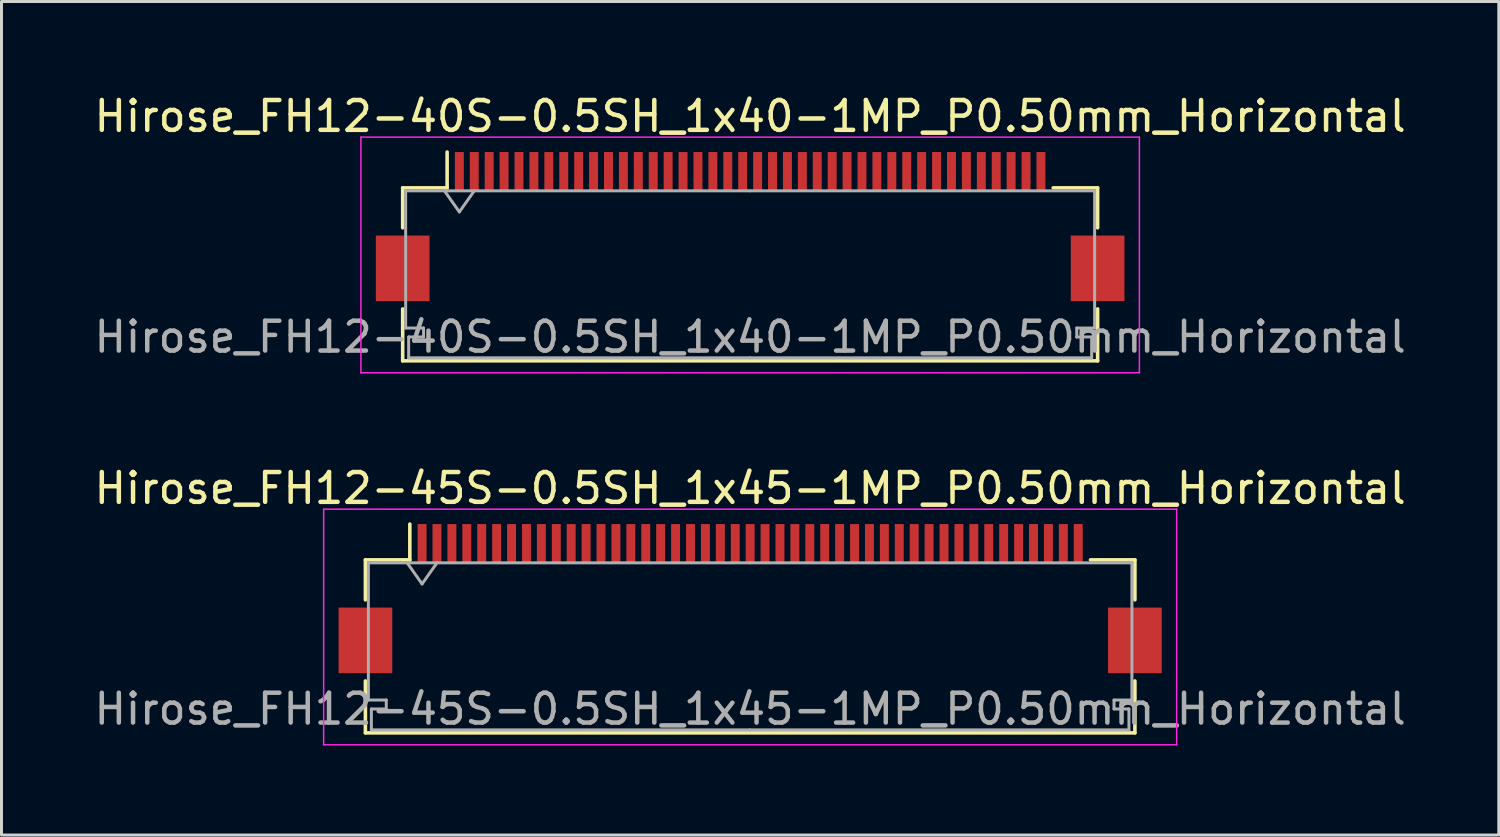
<source format=kicad_pcb>
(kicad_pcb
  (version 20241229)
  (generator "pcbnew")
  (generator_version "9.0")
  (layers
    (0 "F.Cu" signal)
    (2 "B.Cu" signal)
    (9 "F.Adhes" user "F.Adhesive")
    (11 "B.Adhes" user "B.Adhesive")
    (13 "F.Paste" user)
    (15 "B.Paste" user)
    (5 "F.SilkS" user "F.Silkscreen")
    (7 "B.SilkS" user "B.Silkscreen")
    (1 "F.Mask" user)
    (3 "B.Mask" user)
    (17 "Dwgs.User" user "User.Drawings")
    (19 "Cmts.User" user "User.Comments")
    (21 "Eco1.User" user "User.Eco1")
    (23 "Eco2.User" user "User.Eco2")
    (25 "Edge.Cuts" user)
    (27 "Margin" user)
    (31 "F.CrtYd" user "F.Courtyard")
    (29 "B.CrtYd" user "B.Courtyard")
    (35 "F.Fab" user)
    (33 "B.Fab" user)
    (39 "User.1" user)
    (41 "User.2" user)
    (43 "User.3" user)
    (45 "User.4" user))
  (footprint "Hirose_FH12-40S-0.5SH_1x40-1MP_P0.50mm_Horizontal"
    (layer "F.Cu")
    (at 22.101 4.548)
    (property "Reference" "Hirose_FH12-40S-0.5SH_1x40-1MP_P0.50mm_Horizontal" (at 0 -3.7 0) (layer "F.SilkS") (effects (font (size 1 1) (thickness 0.15))))
    (attr smd)
    (fp_line (start -11.65 -1.3) (end -11.65 0.04) (stroke (width 0.12) (type solid)) (layer "F.SilkS"))
    (fp_line (start -11.65 2.76) (end -11.65 4.5) (stroke (width 0.12) (type solid)) (layer "F.SilkS"))
    (fp_line (start -11.65 4.5) (end 11.65 4.5) (stroke (width 0.12) (type solid)) (layer "F.SilkS"))
    (fp_line (start -10.16 -1.3) (end -11.65 -1.3) (stroke (width 0.12) (type solid)) (layer "F.SilkS"))
    (fp_line (start -10.16 -1.3) (end -10.16 -2.5) (stroke (width 0.12) (type solid)) (layer "F.SilkS"))
    (fp_line (start 10.16 -1.3) (end 11.65 -1.3) (stroke (width 0.12) (type solid)) (layer "F.SilkS"))
    (fp_line (start 11.65 -1.3) (end 11.65 0.04) (stroke (width 0.12) (type solid)) (layer "F.SilkS"))
    (fp_line (start 11.65 4.5) (end 11.65 2.76) (stroke (width 0.12) (type solid)) (layer "F.SilkS"))
    (fp_line (start -13.05 -3) (end -13.05 4.9) (stroke (width 0.05) (type solid)) (layer "F.CrtYd"))
    (fp_line (start -13.05 4.9) (end 13.05 4.9) (stroke (width 0.05) (type solid)) (layer "F.CrtYd"))
    (fp_line (start 13.05 -3) (end -13.05 -3) (stroke (width 0.05) (type solid)) (layer "F.CrtYd"))
    (fp_line (start 13.05 4.9) (end 13.05 -3) (stroke (width 0.05) (type solid)) (layer "F.CrtYd"))
    (fp_line (start -11.55 -1.2) (end -11.55 3.4) (stroke (width 0.1) (type solid)) (layer "F.Fab"))
    (fp_line (start -11.55 3.4) (end -10.95 3.4) (stroke (width 0.1) (type solid)) (layer "F.Fab"))
    (fp_line (start -11.45 3.7) (end -11.45 4.4) (stroke (width 0.1) (type solid)) (layer "F.Fab"))
    (fp_line (start -11.45 4.4) (end 0 4.4) (stroke (width 0.1) (type solid)) (layer "F.Fab"))
    (fp_line (start -10.95 3.4) (end -10.95 3.7) (stroke (width 0.1) (type solid)) (layer "F.Fab"))
    (fp_line (start -10.95 3.7) (end -11.45 3.7) (stroke (width 0.1) (type solid)) (layer "F.Fab"))
    (fp_line (start -10.25 -1.2) (end -9.75 -0.493) (stroke (width 0.1) (type solid)) (layer "F.Fab"))
    (fp_line (start -9.75 -0.493) (end -9.25 -1.2) (stroke (width 0.1) (type solid)) (layer "F.Fab"))
    (fp_line (start 0 -1.2) (end -11.55 -1.2) (stroke (width 0.1) (type solid)) (layer "F.Fab"))
    (fp_line (start 0 -1.2) (end 11.55 -1.2) (stroke (width 0.1) (type solid)) (layer "F.Fab"))
    (fp_line (start 10.95 3.4) (end 10.95 3.7) (stroke (width 0.1) (type solid)) (layer "F.Fab"))
    (fp_line (start 10.95 3.7) (end 11.45 3.7) (stroke (width 0.1) (type solid)) (layer "F.Fab"))
    (fp_line (start 11.45 3.7) (end 11.45 4.4) (stroke (width 0.1) (type solid)) (layer "F.Fab"))
    (fp_line (start 11.45 4.4) (end 0 4.4) (stroke (width 0.1) (type solid)) (layer "F.Fab"))
    (fp_line (start 11.55 -1.2) (end 11.55 3.4) (stroke (width 0.1) (type solid)) (layer "F.Fab"))
    (fp_line (start 11.55 3.4) (end 10.95 3.4) (stroke (width 0.1) (type solid)) (layer "F.Fab"))
    (fp_text user "${REFERENCE}" (at 0 3.7 0) (layer "F.Fab") (effects (font (size 1 1) (thickness 0.15))))
    (pad "1" smd rect (at -9.75 -1.85) (size 0.3 1.3) (layers "F.Cu" "F.Mask" "F.Paste"))
    (pad "2" smd rect (at -9.25 -1.85) (size 0.3 1.3) (layers "F.Cu" "F.Mask" "F.Paste"))
    (pad "3" smd rect (at -8.75 -1.85) (size 0.3 1.3) (layers "F.Cu" "F.Mask" "F.Paste"))
    (pad "4" smd rect (at -8.25 -1.85) (size 0.3 1.3) (layers "F.Cu" "F.Mask" "F.Paste"))
    (pad "5" smd rect (at -7.75 -1.85) (size 0.3 1.3) (layers "F.Cu" "F.Mask" "F.Paste"))
    (pad "6" smd rect (at -7.25 -1.85) (size 0.3 1.3) (layers "F.Cu" "F.Mask" "F.Paste"))
    (pad "7" smd rect (at -6.75 -1.85) (size 0.3 1.3) (layers "F.Cu" "F.Mask" "F.Paste"))
    (pad "8" smd rect (at -6.25 -1.85) (size 0.3 1.3) (layers "F.Cu" "F.Mask" "F.Paste"))
    (pad "9" smd rect (at -5.75 -1.85) (size 0.3 1.3) (layers "F.Cu" "F.Mask" "F.Paste"))
    (pad "10" smd rect (at -5.25 -1.85) (size 0.3 1.3) (layers "F.Cu" "F.Mask" "F.Paste"))
    (pad "11" smd rect (at -4.75 -1.85) (size 0.3 1.3) (layers "F.Cu" "F.Mask" "F.Paste"))
    (pad "12" smd rect (at -4.25 -1.85) (size 0.3 1.3) (layers "F.Cu" "F.Mask" "F.Paste"))
    (pad "13" smd rect (at -3.75 -1.85) (size 0.3 1.3) (layers "F.Cu" "F.Mask" "F.Paste"))
    (pad "14" smd rect (at -3.25 -1.85) (size 0.3 1.3) (layers "F.Cu" "F.Mask" "F.Paste"))
    (pad "15" smd rect (at -2.75 -1.85) (size 0.3 1.3) (layers "F.Cu" "F.Mask" "F.Paste"))
    (pad "16" smd rect (at -2.25 -1.85) (size 0.3 1.3) (layers "F.Cu" "F.Mask" "F.Paste"))
    (pad "17" smd rect (at -1.75 -1.85) (size 0.3 1.3) (layers "F.Cu" "F.Mask" "F.Paste"))
    (pad "18" smd rect (at -1.25 -1.85) (size 0.3 1.3) (layers "F.Cu" "F.Mask" "F.Paste"))
    (pad "19" smd rect (at -0.75 -1.85) (size 0.3 1.3) (layers "F.Cu" "F.Mask" "F.Paste"))
    (pad "20" smd rect (at -0.25 -1.85) (size 0.3 1.3) (layers "F.Cu" "F.Mask" "F.Paste"))
    (pad "21" smd rect (at 0.25 -1.85) (size 0.3 1.3) (layers "F.Cu" "F.Mask" "F.Paste"))
    (pad "22" smd rect (at 0.75 -1.85) (size 0.3 1.3) (layers "F.Cu" "F.Mask" "F.Paste"))
    (pad "23" smd rect (at 1.25 -1.85) (size 0.3 1.3) (layers "F.Cu" "F.Mask" "F.Paste"))
    (pad "24" smd rect (at 1.75 -1.85) (size 0.3 1.3) (layers "F.Cu" "F.Mask" "F.Paste"))
    (pad "25" smd rect (at 2.25 -1.85) (size 0.3 1.3) (layers "F.Cu" "F.Mask" "F.Paste"))
    (pad "26" smd rect (at 2.75 -1.85) (size 0.3 1.3) (layers "F.Cu" "F.Mask" "F.Paste"))
    (pad "27" smd rect (at 3.25 -1.85) (size 0.3 1.3) (layers "F.Cu" "F.Mask" "F.Paste"))
    (pad "28" smd rect (at 3.75 -1.85) (size 0.3 1.3) (layers "F.Cu" "F.Mask" "F.Paste"))
    (pad "29" smd rect (at 4.25 -1.85) (size 0.3 1.3) (layers "F.Cu" "F.Mask" "F.Paste"))
    (pad "30" smd rect (at 4.75 -1.85) (size 0.3 1.3) (layers "F.Cu" "F.Mask" "F.Paste"))
    (pad "31" smd rect (at 5.25 -1.85) (size 0.3 1.3) (layers "F.Cu" "F.Mask" "F.Paste"))
    (pad "32" smd rect (at 5.75 -1.85) (size 0.3 1.3) (layers "F.Cu" "F.Mask" "F.Paste"))
    (pad "33" smd rect (at 6.25 -1.85) (size 0.3 1.3) (layers "F.Cu" "F.Mask" "F.Paste"))
    (pad "34" smd rect (at 6.75 -1.85) (size 0.3 1.3) (layers "F.Cu" "F.Mask" "F.Paste"))
    (pad "35" smd rect (at 7.25 -1.85) (size 0.3 1.3) (layers "F.Cu" "F.Mask" "F.Paste"))
    (pad "36" smd rect (at 7.75 -1.85) (size 0.3 1.3) (layers "F.Cu" "F.Mask" "F.Paste"))
    (pad "37" smd rect (at 8.25 -1.85) (size 0.3 1.3) (layers "F.Cu" "F.Mask" "F.Paste"))
    (pad "38" smd rect (at 8.75 -1.85) (size 0.3 1.3) (layers "F.Cu" "F.Mask" "F.Paste"))
    (pad "39" smd rect (at 9.25 -1.85) (size 0.3 1.3) (layers "F.Cu" "F.Mask" "F.Paste"))
    (pad "40" smd rect (at 9.75 -1.85) (size 0.3 1.3) (layers "F.Cu" "F.Mask" "F.Paste"))
    (pad "MP" smd rect (at -11.65 1.4) (size 1.8 2.2) (layers "F.Cu" "F.Mask" "F.Paste"))
    (pad "MP" smd rect (at 11.65 1.4) (size 1.8 2.2) (layers "F.Cu" "F.Mask" "F.Paste")))
  (footprint "Hirose_FH12-45S-0.5SH_1x45-1MP_P0.50mm_Horizontal"
    (layer "F.Cu")
    (at 22.101 17.021)
    (property "Reference" "Hirose_FH12-45S-0.5SH_1x45-1MP_P0.50mm_Horizontal" (at 0 -3.7 0) (layer "F.SilkS") (effects (font (size 1 1) (thickness 0.15))))
    (attr smd)
    (fp_line (start -12.9 -1.3) (end -12.9 0.04) (stroke (width 0.12) (type solid)) (layer "F.SilkS"))
    (fp_line (start -12.9 2.76) (end -12.9 4.5) (stroke (width 0.12) (type solid)) (layer "F.SilkS"))
    (fp_line (start -12.9 4.5) (end 12.9 4.5) (stroke (width 0.12) (type solid)) (layer "F.SilkS"))
    (fp_line (start -11.41 -1.3) (end -12.9 -1.3) (stroke (width 0.12) (type solid)) (layer "F.SilkS"))
    (fp_line (start -11.41 -1.3) (end -11.41 -2.5) (stroke (width 0.12) (type solid)) (layer "F.SilkS"))
    (fp_line (start 11.41 -1.3) (end 12.9 -1.3) (stroke (width 0.12) (type solid)) (layer "F.SilkS"))
    (fp_line (start 12.9 -1.3) (end 12.9 0.04) (stroke (width 0.12) (type solid)) (layer "F.SilkS"))
    (fp_line (start 12.9 4.5) (end 12.9 2.76) (stroke (width 0.12) (type solid)) (layer "F.SilkS"))
    (fp_line (start -14.3 -3) (end -14.3 4.9) (stroke (width 0.05) (type solid)) (layer "F.CrtYd"))
    (fp_line (start -14.3 4.9) (end 14.3 4.9) (stroke (width 0.05) (type solid)) (layer "F.CrtYd"))
    (fp_line (start 14.3 -3) (end -14.3 -3) (stroke (width 0.05) (type solid)) (layer "F.CrtYd"))
    (fp_line (start 14.3 4.9) (end 14.3 -3) (stroke (width 0.05) (type solid)) (layer "F.CrtYd"))
    (fp_line (start -12.8 -1.2) (end -12.8 3.4) (stroke (width 0.1) (type solid)) (layer "F.Fab"))
    (fp_line (start -12.8 3.4) (end -12.2 3.4) (stroke (width 0.1) (type solid)) (layer "F.Fab"))
    (fp_line (start -12.7 3.7) (end -12.7 4.4) (stroke (width 0.1) (type solid)) (layer "F.Fab"))
    (fp_line (start -12.7 4.4) (end 0 4.4) (stroke (width 0.1) (type solid)) (layer "F.Fab"))
    (fp_line (start -12.2 3.4) (end -12.2 3.7) (stroke (width 0.1) (type solid)) (layer "F.Fab"))
    (fp_line (start -12.2 3.7) (end -12.7 3.7) (stroke (width 0.1) (type solid)) (layer "F.Fab"))
    (fp_line (start -11.5 -1.2) (end -11 -0.493) (stroke (width 0.1) (type solid)) (layer "F.Fab"))
    (fp_line (start -11 -0.493) (end -10.5 -1.2) (stroke (width 0.1) (type solid)) (layer "F.Fab"))
    (fp_line (start 0 -1.2) (end -12.8 -1.2) (stroke (width 0.1) (type solid)) (layer "F.Fab"))
    (fp_line (start 0 -1.2) (end 12.8 -1.2) (stroke (width 0.1) (type solid)) (layer "F.Fab"))
    (fp_line (start 12.2 3.4) (end 12.2 3.7) (stroke (width 0.1) (type solid)) (layer "F.Fab"))
    (fp_line (start 12.2 3.7) (end 12.7 3.7) (stroke (width 0.1) (type solid)) (layer "F.Fab"))
    (fp_line (start 12.7 3.7) (end 12.7 4.4) (stroke (width 0.1) (type solid)) (layer "F.Fab"))
    (fp_line (start 12.7 4.4) (end 0 4.4) (stroke (width 0.1) (type solid)) (layer "F.Fab"))
    (fp_line (start 12.8 -1.2) (end 12.8 3.4) (stroke (width 0.1) (type solid)) (layer "F.Fab"))
    (fp_line (start 12.8 3.4) (end 12.2 3.4) (stroke (width 0.1) (type solid)) (layer "F.Fab"))
    (fp_text user "${REFERENCE}" (at 0 3.7 0) (layer "F.Fab") (effects (font (size 1 1) (thickness 0.15))))
    (pad "1" smd rect (at -11 -1.85) (size 0.3 1.3) (layers "F.Cu" "F.Mask" "F.Paste"))
    (pad "2" smd rect (at -10.5 -1.85) (size 0.3 1.3) (layers "F.Cu" "F.Mask" "F.Paste"))
    (pad "3" smd rect (at -10 -1.85) (size 0.3 1.3) (layers "F.Cu" "F.Mask" "F.Paste"))
    (pad "4" smd rect (at -9.5 -1.85) (size 0.3 1.3) (layers "F.Cu" "F.Mask" "F.Paste"))
    (pad "5" smd rect (at -9 -1.85) (size 0.3 1.3) (layers "F.Cu" "F.Mask" "F.Paste"))
    (pad "6" smd rect (at -8.5 -1.85) (size 0.3 1.3) (layers "F.Cu" "F.Mask" "F.Paste"))
    (pad "7" smd rect (at -8 -1.85) (size 0.3 1.3) (layers "F.Cu" "F.Mask" "F.Paste"))
    (pad "8" smd rect (at -7.5 -1.85) (size 0.3 1.3) (layers "F.Cu" "F.Mask" "F.Paste"))
    (pad "9" smd rect (at -7 -1.85) (size 0.3 1.3) (layers "F.Cu" "F.Mask" "F.Paste"))
    (pad "10" smd rect (at -6.5 -1.85) (size 0.3 1.3) (layers "F.Cu" "F.Mask" "F.Paste"))
    (pad "11" smd rect (at -6 -1.85) (size 0.3 1.3) (layers "F.Cu" "F.Mask" "F.Paste"))
    (pad "12" smd rect (at -5.5 -1.85) (size 0.3 1.3) (layers "F.Cu" "F.Mask" "F.Paste"))
    (pad "13" smd rect (at -5 -1.85) (size 0.3 1.3) (layers "F.Cu" "F.Mask" "F.Paste"))
    (pad "14" smd rect (at -4.5 -1.85) (size 0.3 1.3) (layers "F.Cu" "F.Mask" "F.Paste"))
    (pad "15" smd rect (at -4 -1.85) (size 0.3 1.3) (layers "F.Cu" "F.Mask" "F.Paste"))
    (pad "16" smd rect (at -3.5 -1.85) (size 0.3 1.3) (layers "F.Cu" "F.Mask" "F.Paste"))
    (pad "17" smd rect (at -3 -1.85) (size 0.3 1.3) (layers "F.Cu" "F.Mask" "F.Paste"))
    (pad "18" smd rect (at -2.5 -1.85) (size 0.3 1.3) (layers "F.Cu" "F.Mask" "F.Paste"))
    (pad "19" smd rect (at -2 -1.85) (size 0.3 1.3) (layers "F.Cu" "F.Mask" "F.Paste"))
    (pad "20" smd rect (at -1.5 -1.85) (size 0.3 1.3) (layers "F.Cu" "F.Mask" "F.Paste"))
    (pad "21" smd rect (at -1 -1.85) (size 0.3 1.3) (layers "F.Cu" "F.Mask" "F.Paste"))
    (pad "22" smd rect (at -0.5 -1.85) (size 0.3 1.3) (layers "F.Cu" "F.Mask" "F.Paste"))
    (pad "23" smd rect (at 0 -1.85) (size 0.3 1.3) (layers "F.Cu" "F.Mask" "F.Paste"))
    (pad "24" smd rect (at 0.5 -1.85) (size 0.3 1.3) (layers "F.Cu" "F.Mask" "F.Paste"))
    (pad "25" smd rect (at 1 -1.85) (size 0.3 1.3) (layers "F.Cu" "F.Mask" "F.Paste"))
    (pad "26" smd rect (at 1.5 -1.85) (size 0.3 1.3) (layers "F.Cu" "F.Mask" "F.Paste"))
    (pad "27" smd rect (at 2 -1.85) (size 0.3 1.3) (layers "F.Cu" "F.Mask" "F.Paste"))
    (pad "28" smd rect (at 2.5 -1.85) (size 0.3 1.3) (layers "F.Cu" "F.Mask" "F.Paste"))
    (pad "29" smd rect (at 3 -1.85) (size 0.3 1.3) (layers "F.Cu" "F.Mask" "F.Paste"))
    (pad "30" smd rect (at 3.5 -1.85) (size 0.3 1.3) (layers "F.Cu" "F.Mask" "F.Paste"))
    (pad "31" smd rect (at 4 -1.85) (size 0.3 1.3) (layers "F.Cu" "F.Mask" "F.Paste"))
    (pad "32" smd rect (at 4.5 -1.85) (size 0.3 1.3) (layers "F.Cu" "F.Mask" "F.Paste"))
    (pad "33" smd rect (at 5 -1.85) (size 0.3 1.3) (layers "F.Cu" "F.Mask" "F.Paste"))
    (pad "34" smd rect (at 5.5 -1.85) (size 0.3 1.3) (layers "F.Cu" "F.Mask" "F.Paste"))
    (pad "35" smd rect (at 6 -1.85) (size 0.3 1.3) (layers "F.Cu" "F.Mask" "F.Paste"))
    (pad "36" smd rect (at 6.5 -1.85) (size 0.3 1.3) (layers "F.Cu" "F.Mask" "F.Paste"))
    (pad "37" smd rect (at 7 -1.85) (size 0.3 1.3) (layers "F.Cu" "F.Mask" "F.Paste"))
    (pad "38" smd rect (at 7.5 -1.85) (size 0.3 1.3) (layers "F.Cu" "F.Mask" "F.Paste"))
    (pad "39" smd rect (at 8 -1.85) (size 0.3 1.3) (layers "F.Cu" "F.Mask" "F.Paste"))
    (pad "40" smd rect (at 8.5 -1.85) (size 0.3 1.3) (layers "F.Cu" "F.Mask" "F.Paste"))
    (pad "41" smd rect (at 9 -1.85) (size 0.3 1.3) (layers "F.Cu" "F.Mask" "F.Paste"))
    (pad "42" smd rect (at 9.5 -1.85) (size 0.3 1.3) (layers "F.Cu" "F.Mask" "F.Paste"))
    (pad "43" smd rect (at 10 -1.85) (size 0.3 1.3) (layers "F.Cu" "F.Mask" "F.Paste"))
    (pad "44" smd rect (at 10.5 -1.85) (size 0.3 1.3) (layers "F.Cu" "F.Mask" "F.Paste"))
    (pad "45" smd rect (at 11 -1.85) (size 0.3 1.3) (layers "F.Cu" "F.Mask" "F.Paste"))
    (pad "MP" smd rect (at -12.9 1.4) (size 1.8 2.2) (layers "F.Cu" "F.Mask" "F.Paste"))
    (pad "MP" smd rect (at 12.9 1.4) (size 1.8 2.2) (layers "F.Cu" "F.Mask" "F.Paste")))
  (gr_rect
    (start -3 -3)
    (end 47.202 24.947)
    (stroke (width 0.1) (type default))
    (fill no)
    (layer "Edge.Cuts")))
</source>
